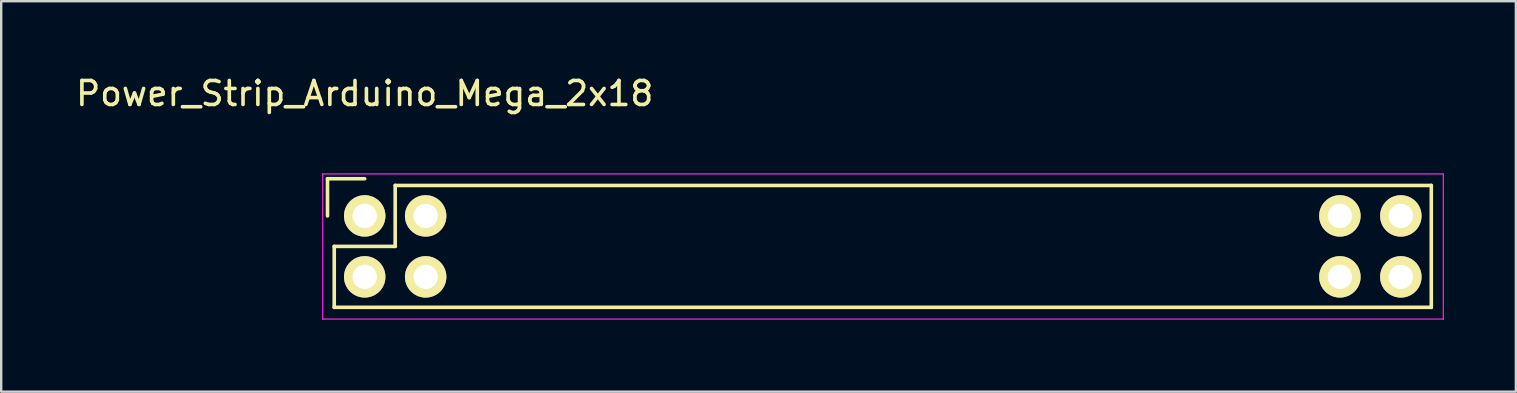
<source format=kicad_pcb>
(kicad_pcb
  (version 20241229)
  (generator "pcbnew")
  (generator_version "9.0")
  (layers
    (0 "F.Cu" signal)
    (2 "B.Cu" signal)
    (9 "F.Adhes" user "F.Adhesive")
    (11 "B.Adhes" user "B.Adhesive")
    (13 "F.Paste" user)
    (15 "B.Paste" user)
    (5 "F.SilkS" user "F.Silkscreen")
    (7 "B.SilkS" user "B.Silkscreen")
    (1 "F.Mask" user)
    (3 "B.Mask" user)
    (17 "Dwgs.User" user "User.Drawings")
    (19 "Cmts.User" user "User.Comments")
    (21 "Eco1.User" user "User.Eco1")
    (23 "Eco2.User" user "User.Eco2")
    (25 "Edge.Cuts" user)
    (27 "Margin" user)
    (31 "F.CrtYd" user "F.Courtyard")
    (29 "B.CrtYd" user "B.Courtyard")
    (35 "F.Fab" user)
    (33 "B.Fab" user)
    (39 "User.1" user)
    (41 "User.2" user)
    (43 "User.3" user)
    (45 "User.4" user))
  (footprint "Power_Strip_Arduino_Mega_2x18"
    (layer "F.Cu")
    (at 12.149 5.948)
    (property "Reference" "Power_Strip_Arduino_Mega_2x18" (at 0 -5.1 0) (layer "F.SilkS") (effects (font (size 1 1) (thickness 0.15))))
    (attr through_hole)
    (fp_line (start -1.55 -1.55) (end -1.55 0) (stroke (width 0.15) (type solid)) (layer "F.SilkS"))
    (fp_line (start -1.27 1.27) (end 1.27 1.27) (stroke (width 0.15) (type solid)) (layer "F.SilkS"))
    (fp_line (start -1.27 3.81) (end -1.27 1.27) (stroke (width 0.15) (type solid)) (layer "F.SilkS"))
    (fp_line (start -1.27 3.81) (end 44.45 3.81) (stroke (width 0.15) (type solid)) (layer "F.SilkS"))
    (fp_line (start 0 -1.55) (end -1.55 -1.55) (stroke (width 0.15) (type solid)) (layer "F.SilkS"))
    (fp_line (start 1.27 1.27) (end 1.27 -1.27) (stroke (width 0.15) (type solid)) (layer "F.SilkS"))
    (fp_line (start 44.45 -1.27) (end 1.27 -1.27) (stroke (width 0.15) (type solid)) (layer "F.SilkS"))
    (fp_line (start 44.45 3.81) (end 44.45 -1.27) (stroke (width 0.15) (type solid)) (layer "F.SilkS"))
    (fp_line (start -1.75 -1.75) (end -1.75 4.3) (stroke (width 0.05) (type solid)) (layer "F.CrtYd"))
    (fp_line (start -1.75 -1.75) (end 44.95 -1.75) (stroke (width 0.05) (type solid)) (layer "F.CrtYd"))
    (fp_line (start -1.75 4.3) (end 44.95 4.3) (stroke (width 0.05) (type solid)) (layer "F.CrtYd"))
    (fp_line (start 44.95 -1.75) (end 44.95 4.3) (stroke (width 0.05) (type solid)) (layer "F.CrtYd"))
    (pad "1" thru_hole circle (at 0 0) (size 1.727 1.727) (drill 1.016) (layers "*.Cu" "*.Mask" "F.SilkS"))
    (pad "2" thru_hole oval (at 0 2.54) (size 1.727 1.727) (drill 1.016) (layers "*.Cu" "*.Mask" "F.SilkS"))
    (pad "3" thru_hole oval (at 2.54 0) (size 1.727 1.727) (drill 1.016) (layers "*.Cu" "*.Mask" "F.SilkS"))
    (pad "4" thru_hole oval (at 2.54 2.54) (size 1.727 1.727) (drill 1.016) (layers "*.Cu" "*.Mask" "F.SilkS"))
    (pad "33" thru_hole oval (at 40.64 0) (size 1.727 1.727) (drill 1.016) (layers "*.Cu" "*.Mask" "F.SilkS"))
    (pad "34" thru_hole oval (at 40.64 2.54) (size 1.727 1.727) (drill 1.016) (layers "*.Cu" "*.Mask" "F.SilkS"))
    (pad "35" thru_hole oval (at 43.18 0) (size 1.727 1.727) (drill 1.016) (layers "*.Cu" "*.Mask" "F.SilkS"))
    (pad "36" thru_hole oval (at 43.18 2.54) (size 1.727 1.727) (drill 1.016) (layers "*.Cu" "*.Mask" "F.SilkS")))
  (gr_rect
    (start -3 -3)
    (end 60.124 13.273)
    (stroke (width 0.1) (type default))
    (fill no)
    (layer "Edge.Cuts")))
</source>
